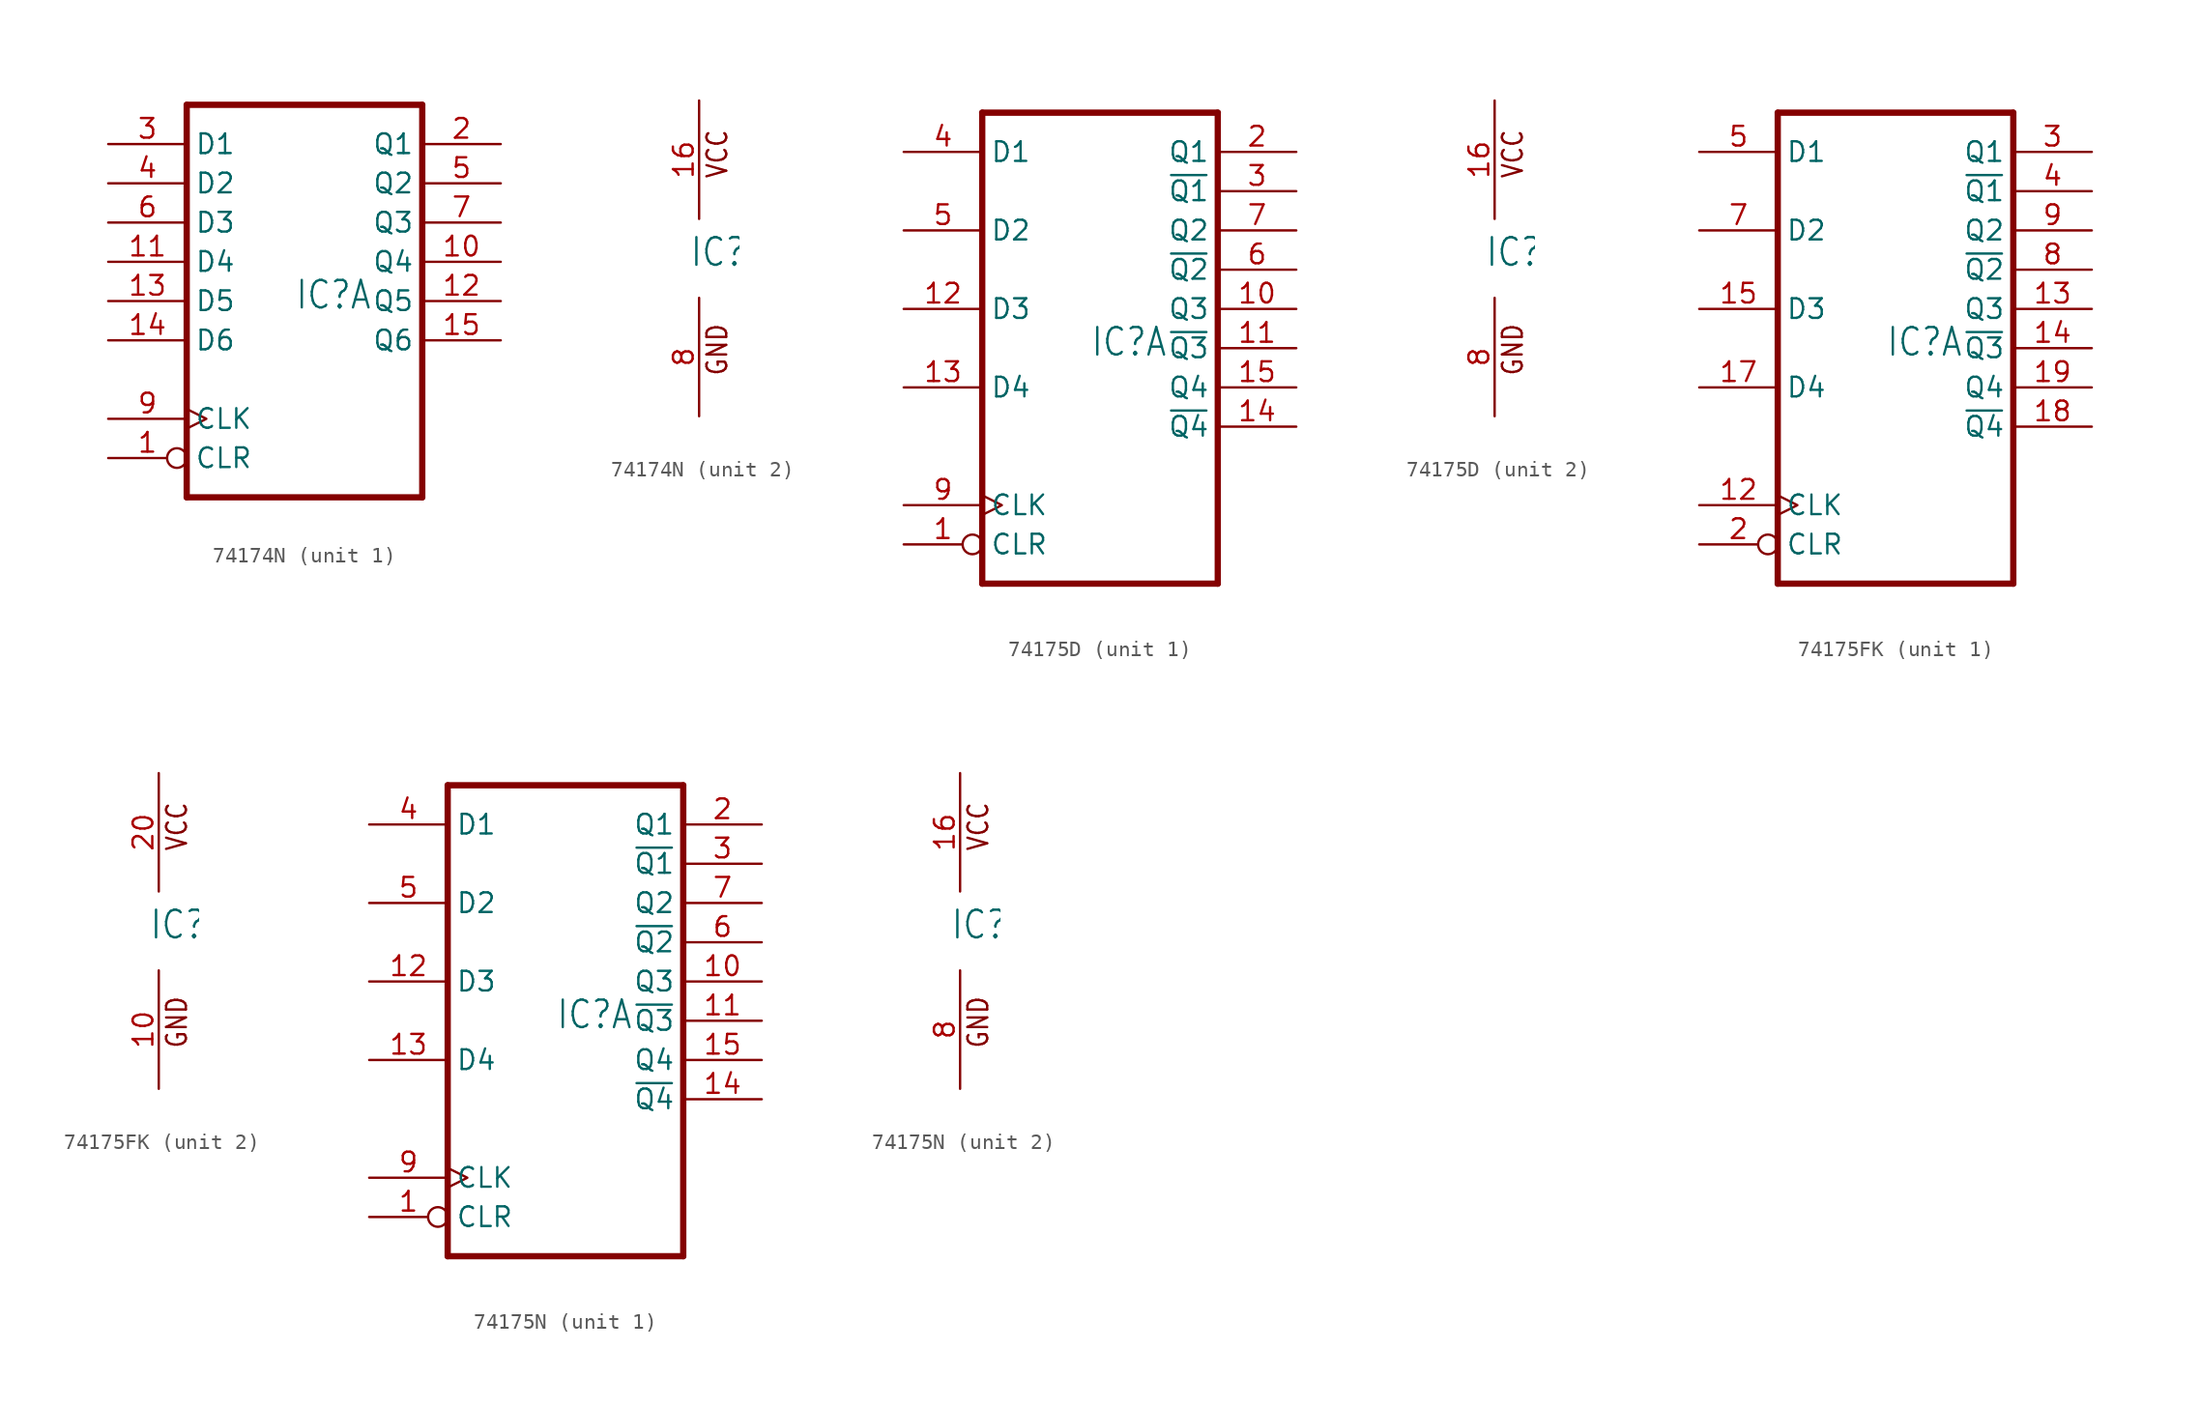
<source format=kicad_sym>
(kicad_symbol_lib
  (version 20220914)
  (generator kicad_symbol_editor)
  (symbol "74174N"
    (property "Reference" "IC"
      (at -0.635 -0.635 0)
      (effects (font (size 1.778 1.511)) (justify left bottom)))
    (property "ki_locked" ""
      (at 0 0 0)
      (effects (font (size 1.27 1.27))))
    (symbol "74174N_1_0"
      (polyline (pts (xy -7.62 -12.7) (xy 7.62 -12.7)) (stroke (width 0.406) (type default)) (fill (type none)))
      (polyline (pts (xy -7.62 12.7) (xy -7.62 -12.7)) (stroke (width 0.406) (type default)) (fill (type none)))
      (polyline (pts (xy 7.62 -12.7) (xy 7.62 12.7)) (stroke (width 0.406) (type default)) (fill (type none)))
      (polyline (pts (xy 7.62 12.7) (xy -7.62 12.7)) (stroke (width 0.406) (type default)) (fill (type none)))
      (pin input inverted (at -12.7 -10.16 0) (length 5.08) (name "CLR" (effects (font (size 1.27 1.27)))) (number "1" (effects (font (size 1.27 1.27)))))
      (pin output line (at 12.7 2.54 180) (length 5.08) (name "Q4" (effects (font (size 1.27 1.27)))) (number "10" (effects (font (size 1.27 1.27)))))
      (pin input line (at -12.7 2.54 0) (length 5.08) (name "D4" (effects (font (size 1.27 1.27)))) (number "11" (effects (font (size 1.27 1.27)))))
      (pin output line (at 12.7 0 180) (length 5.08) (name "Q5" (effects (font (size 1.27 1.27)))) (number "12" (effects (font (size 1.27 1.27)))))
      (pin input line (at -12.7 0 0) (length 5.08) (name "D5" (effects (font (size 1.27 1.27)))) (number "13" (effects (font (size 1.27 1.27)))))
      (pin input line (at -12.7 -2.54 0) (length 5.08) (name "D6" (effects (font (size 1.27 1.27)))) (number "14" (effects (font (size 1.27 1.27)))))
      (pin output line (at 12.7 -2.54 180) (length 5.08) (name "Q6" (effects (font (size 1.27 1.27)))) (number "15" (effects (font (size 1.27 1.27)))))
      (pin output line (at 12.7 10.16 180) (length 5.08) (name "Q1" (effects (font (size 1.27 1.27)))) (number "2" (effects (font (size 1.27 1.27)))))
      (pin input line (at -12.7 10.16 0) (length 5.08) (name "D1" (effects (font (size 1.27 1.27)))) (number "3" (effects (font (size 1.27 1.27)))))
      (pin input line (at -12.7 7.62 0) (length 5.08) (name "D2" (effects (font (size 1.27 1.27)))) (number "4" (effects (font (size 1.27 1.27)))))
      (pin output line (at 12.7 7.62 180) (length 5.08) (name "Q2" (effects (font (size 1.27 1.27)))) (number "5" (effects (font (size 1.27 1.27)))))
      (pin input line (at -12.7 5.08 0) (length 5.08) (name "D3" (effects (font (size 1.27 1.27)))) (number "6" (effects (font (size 1.27 1.27)))))
      (pin output line (at 12.7 5.08 180) (length 5.08) (name "Q3" (effects (font (size 1.27 1.27)))) (number "7" (effects (font (size 1.27 1.27)))))
      (pin input clock (at -12.7 -7.62 0) (length 5.08) (name "CLK" (effects (font (size 1.27 1.27)))) (number "9" (effects (font (size 1.27 1.27))))))
    (symbol "74174N_2_0"
      (text "GND" (at 1.905 -7.62 900) (effects (font (size 1.27 1.079)) (justify left bottom)))
      (text "VCC" (at 1.905 5.08 900) (effects (font (size 1.27 1.079)) (justify left bottom)))
      (pin power_in line (at 0 10.16 270) (length 7.62) (name "VCC" (effects (font (size 0 0)))) (number "16" (effects (font (size 1.27 1.27)))))
      (pin power_in line (at 0 -10.16 90) (length 7.62) (name "GND" (effects (font (size 0 0)))) (number "8" (effects (font (size 1.27 1.27)))))))
  (symbol "74175D"
    (property "Reference" "IC"
      (at -0.635 -0.635 0)
      (effects (font (size 1.778 1.511)) (justify left bottom)))
    (property "ki_locked" ""
      (at 0 0 0)
      (effects (font (size 1.27 1.27))))
    (symbol "74175D_1_0"
      (polyline (pts (xy -7.62 -15.24) (xy 7.62 -15.24)) (stroke (width 0.406) (type default)) (fill (type none)))
      (polyline (pts (xy -7.62 15.24) (xy -7.62 -15.24)) (stroke (width 0.406) (type default)) (fill (type none)))
      (polyline (pts (xy 7.62 -15.24) (xy 7.62 15.24)) (stroke (width 0.406) (type default)) (fill (type none)))
      (polyline (pts (xy 7.62 15.24) (xy -7.62 15.24)) (stroke (width 0.406) (type default)) (fill (type none)))
      (pin input inverted (at -12.7 -12.7 0) (length 5.08) (name "CLR" (effects (font (size 1.27 1.27)))) (number "1" (effects (font (size 1.27 1.27)))))
      (pin output line (at 12.7 2.54 180) (length 5.08) (name "Q3" (effects (font (size 1.27 1.27)))) (number "10" (effects (font (size 1.27 1.27)))))
      (pin output line (at 12.7 0 180) (length 5.08) (name "~{Q3}" (effects (font (size 1.27 1.27)))) (number "11" (effects (font (size 1.27 1.27)))))
      (pin input line (at -12.7 2.54 0) (length 5.08) (name "D3" (effects (font (size 1.27 1.27)))) (number "12" (effects (font (size 1.27 1.27)))))
      (pin input line (at -12.7 -2.54 0) (length 5.08) (name "D4" (effects (font (size 1.27 1.27)))) (number "13" (effects (font (size 1.27 1.27)))))
      (pin output line (at 12.7 -5.08 180) (length 5.08) (name "~{Q4}" (effects (font (size 1.27 1.27)))) (number "14" (effects (font (size 1.27 1.27)))))
      (pin output line (at 12.7 -2.54 180) (length 5.08) (name "Q4" (effects (font (size 1.27 1.27)))) (number "15" (effects (font (size 1.27 1.27)))))
      (pin output line (at 12.7 12.7 180) (length 5.08) (name "Q1" (effects (font (size 1.27 1.27)))) (number "2" (effects (font (size 1.27 1.27)))))
      (pin output line (at 12.7 10.16 180) (length 5.08) (name "~{Q1}" (effects (font (size 1.27 1.27)))) (number "3" (effects (font (size 1.27 1.27)))))
      (pin input line (at -12.7 12.7 0) (length 5.08) (name "D1" (effects (font (size 1.27 1.27)))) (number "4" (effects (font (size 1.27 1.27)))))
      (pin input line (at -12.7 7.62 0) (length 5.08) (name "D2" (effects (font (size 1.27 1.27)))) (number "5" (effects (font (size 1.27 1.27)))))
      (pin output line (at 12.7 5.08 180) (length 5.08) (name "~{Q2}" (effects (font (size 1.27 1.27)))) (number "6" (effects (font (size 1.27 1.27)))))
      (pin output line (at 12.7 7.62 180) (length 5.08) (name "Q2" (effects (font (size 1.27 1.27)))) (number "7" (effects (font (size 1.27 1.27)))))
      (pin input clock (at -12.7 -10.16 0) (length 5.08) (name "CLK" (effects (font (size 1.27 1.27)))) (number "9" (effects (font (size 1.27 1.27))))))
    (symbol "74175D_2_0"
      (text "GND" (at 1.905 -7.62 900) (effects (font (size 1.27 1.079)) (justify left bottom)))
      (text "VCC" (at 1.905 5.08 900) (effects (font (size 1.27 1.079)) (justify left bottom)))
      (pin power_in line (at 0 10.16 270) (length 7.62) (name "VCC" (effects (font (size 0 0)))) (number "16" (effects (font (size 1.27 1.27)))))
      (pin power_in line (at 0 -10.16 90) (length 7.62) (name "GND" (effects (font (size 0 0)))) (number "8" (effects (font (size 1.27 1.27)))))))
  (symbol "74175FK"
    (property "Reference" "IC"
      (at -0.635 -0.635 0)
      (effects (font (size 1.778 1.511)) (justify left bottom)))
    (property "ki_locked" ""
      (at 0 0 0)
      (effects (font (size 1.27 1.27))))
    (symbol "74175FK_1_0"
      (polyline (pts (xy -7.62 -15.24) (xy 7.62 -15.24)) (stroke (width 0.406) (type default)) (fill (type none)))
      (polyline (pts (xy -7.62 15.24) (xy -7.62 -15.24)) (stroke (width 0.406) (type default)) (fill (type none)))
      (polyline (pts (xy 7.62 -15.24) (xy 7.62 15.24)) (stroke (width 0.406) (type default)) (fill (type none)))
      (polyline (pts (xy 7.62 15.24) (xy -7.62 15.24)) (stroke (width 0.406) (type default)) (fill (type none)))
      (pin input clock (at -12.7 -10.16 0) (length 5.08) (name "CLK" (effects (font (size 1.27 1.27)))) (number "12" (effects (font (size 1.27 1.27)))))
      (pin output line (at 12.7 2.54 180) (length 5.08) (name "Q3" (effects (font (size 1.27 1.27)))) (number "13" (effects (font (size 1.27 1.27)))))
      (pin output line (at 12.7 0 180) (length 5.08) (name "~{Q3}" (effects (font (size 1.27 1.27)))) (number "14" (effects (font (size 1.27 1.27)))))
      (pin input line (at -12.7 2.54 0) (length 5.08) (name "D3" (effects (font (size 1.27 1.27)))) (number "15" (effects (font (size 1.27 1.27)))))
      (pin input line (at -12.7 -2.54 0) (length 5.08) (name "D4" (effects (font (size 1.27 1.27)))) (number "17" (effects (font (size 1.27 1.27)))))
      (pin output line (at 12.7 -5.08 180) (length 5.08) (name "~{Q4}" (effects (font (size 1.27 1.27)))) (number "18" (effects (font (size 1.27 1.27)))))
      (pin output line (at 12.7 -2.54 180) (length 5.08) (name "Q4" (effects (font (size 1.27 1.27)))) (number "19" (effects (font (size 1.27 1.27)))))
      (pin input inverted (at -12.7 -12.7 0) (length 5.08) (name "CLR" (effects (font (size 1.27 1.27)))) (number "2" (effects (font (size 1.27 1.27)))))
      (pin output line (at 12.7 12.7 180) (length 5.08) (name "Q1" (effects (font (size 1.27 1.27)))) (number "3" (effects (font (size 1.27 1.27)))))
      (pin output line (at 12.7 10.16 180) (length 5.08) (name "~{Q1}" (effects (font (size 1.27 1.27)))) (number "4" (effects (font (size 1.27 1.27)))))
      (pin input line (at -12.7 12.7 0) (length 5.08) (name "D1" (effects (font (size 1.27 1.27)))) (number "5" (effects (font (size 1.27 1.27)))))
      (pin input line (at -12.7 7.62 0) (length 5.08) (name "D2" (effects (font (size 1.27 1.27)))) (number "7" (effects (font (size 1.27 1.27)))))
      (pin output line (at 12.7 5.08 180) (length 5.08) (name "~{Q2}" (effects (font (size 1.27 1.27)))) (number "8" (effects (font (size 1.27 1.27)))))
      (pin output line (at 12.7 7.62 180) (length 5.08) (name "Q2" (effects (font (size 1.27 1.27)))) (number "9" (effects (font (size 1.27 1.27))))))
    (symbol "74175FK_2_0"
      (text "GND" (at 1.905 -7.62 900) (effects (font (size 1.27 1.079)) (justify left bottom)))
      (text "VCC" (at 1.905 5.08 900) (effects (font (size 1.27 1.079)) (justify left bottom)))
      (pin power_in line (at 0 -10.16 90) (length 7.62) (name "GND" (effects (font (size 0 0)))) (number "10" (effects (font (size 1.27 1.27)))))
      (pin power_in line (at 0 10.16 270) (length 7.62) (name "VCC" (effects (font (size 0 0)))) (number "20" (effects (font (size 1.27 1.27)))))))
  (symbol "74175N"
    (property "Reference" "IC"
      (at -0.635 -0.635 0)
      (effects (font (size 1.778 1.511)) (justify left bottom)))
    (property "ki_locked" ""
      (at 0 0 0)
      (effects (font (size 1.27 1.27))))
    (symbol "74175N_1_0"
      (polyline (pts (xy -7.62 -15.24) (xy 7.62 -15.24)) (stroke (width 0.406) (type default)) (fill (type none)))
      (polyline (pts (xy -7.62 15.24) (xy -7.62 -15.24)) (stroke (width 0.406) (type default)) (fill (type none)))
      (polyline (pts (xy 7.62 -15.24) (xy 7.62 15.24)) (stroke (width 0.406) (type default)) (fill (type none)))
      (polyline (pts (xy 7.62 15.24) (xy -7.62 15.24)) (stroke (width 0.406) (type default)) (fill (type none)))
      (pin input inverted (at -12.7 -12.7 0) (length 5.08) (name "CLR" (effects (font (size 1.27 1.27)))) (number "1" (effects (font (size 1.27 1.27)))))
      (pin output line (at 12.7 2.54 180) (length 5.08) (name "Q3" (effects (font (size 1.27 1.27)))) (number "10" (effects (font (size 1.27 1.27)))))
      (pin output line (at 12.7 0 180) (length 5.08) (name "~{Q3}" (effects (font (size 1.27 1.27)))) (number "11" (effects (font (size 1.27 1.27)))))
      (pin input line (at -12.7 2.54 0) (length 5.08) (name "D3" (effects (font (size 1.27 1.27)))) (number "12" (effects (font (size 1.27 1.27)))))
      (pin input line (at -12.7 -2.54 0) (length 5.08) (name "D4" (effects (font (size 1.27 1.27)))) (number "13" (effects (font (size 1.27 1.27)))))
      (pin output line (at 12.7 -5.08 180) (length 5.08) (name "~{Q4}" (effects (font (size 1.27 1.27)))) (number "14" (effects (font (size 1.27 1.27)))))
      (pin output line (at 12.7 -2.54 180) (length 5.08) (name "Q4" (effects (font (size 1.27 1.27)))) (number "15" (effects (font (size 1.27 1.27)))))
      (pin output line (at 12.7 12.7 180) (length 5.08) (name "Q1" (effects (font (size 1.27 1.27)))) (number "2" (effects (font (size 1.27 1.27)))))
      (pin output line (at 12.7 10.16 180) (length 5.08) (name "~{Q1}" (effects (font (size 1.27 1.27)))) (number "3" (effects (font (size 1.27 1.27)))))
      (pin input line (at -12.7 12.7 0) (length 5.08) (name "D1" (effects (font (size 1.27 1.27)))) (number "4" (effects (font (size 1.27 1.27)))))
      (pin input line (at -12.7 7.62 0) (length 5.08) (name "D2" (effects (font (size 1.27 1.27)))) (number "5" (effects (font (size 1.27 1.27)))))
      (pin output line (at 12.7 5.08 180) (length 5.08) (name "~{Q2}" (effects (font (size 1.27 1.27)))) (number "6" (effects (font (size 1.27 1.27)))))
      (pin output line (at 12.7 7.62 180) (length 5.08) (name "Q2" (effects (font (size 1.27 1.27)))) (number "7" (effects (font (size 1.27 1.27)))))
      (pin input clock (at -12.7 -10.16 0) (length 5.08) (name "CLK" (effects (font (size 1.27 1.27)))) (number "9" (effects (font (size 1.27 1.27))))))
    (symbol "74175N_2_0"
      (text "GND" (at 1.905 -7.62 900) (effects (font (size 1.27 1.079)) (justify left bottom)))
      (text "VCC" (at 1.905 5.08 900) (effects (font (size 1.27 1.079)) (justify left bottom)))
      (pin power_in line (at 0 10.16 270) (length 7.62) (name "VCC" (effects (font (size 0 0)))) (number "16" (effects (font (size 1.27 1.27)))))
      (pin power_in line (at 0 -10.16 90) (length 7.62) (name "GND" (effects (font (size 0 0)))) (number "8" (effects (font (size 1.27 1.27))))))))
</source>
